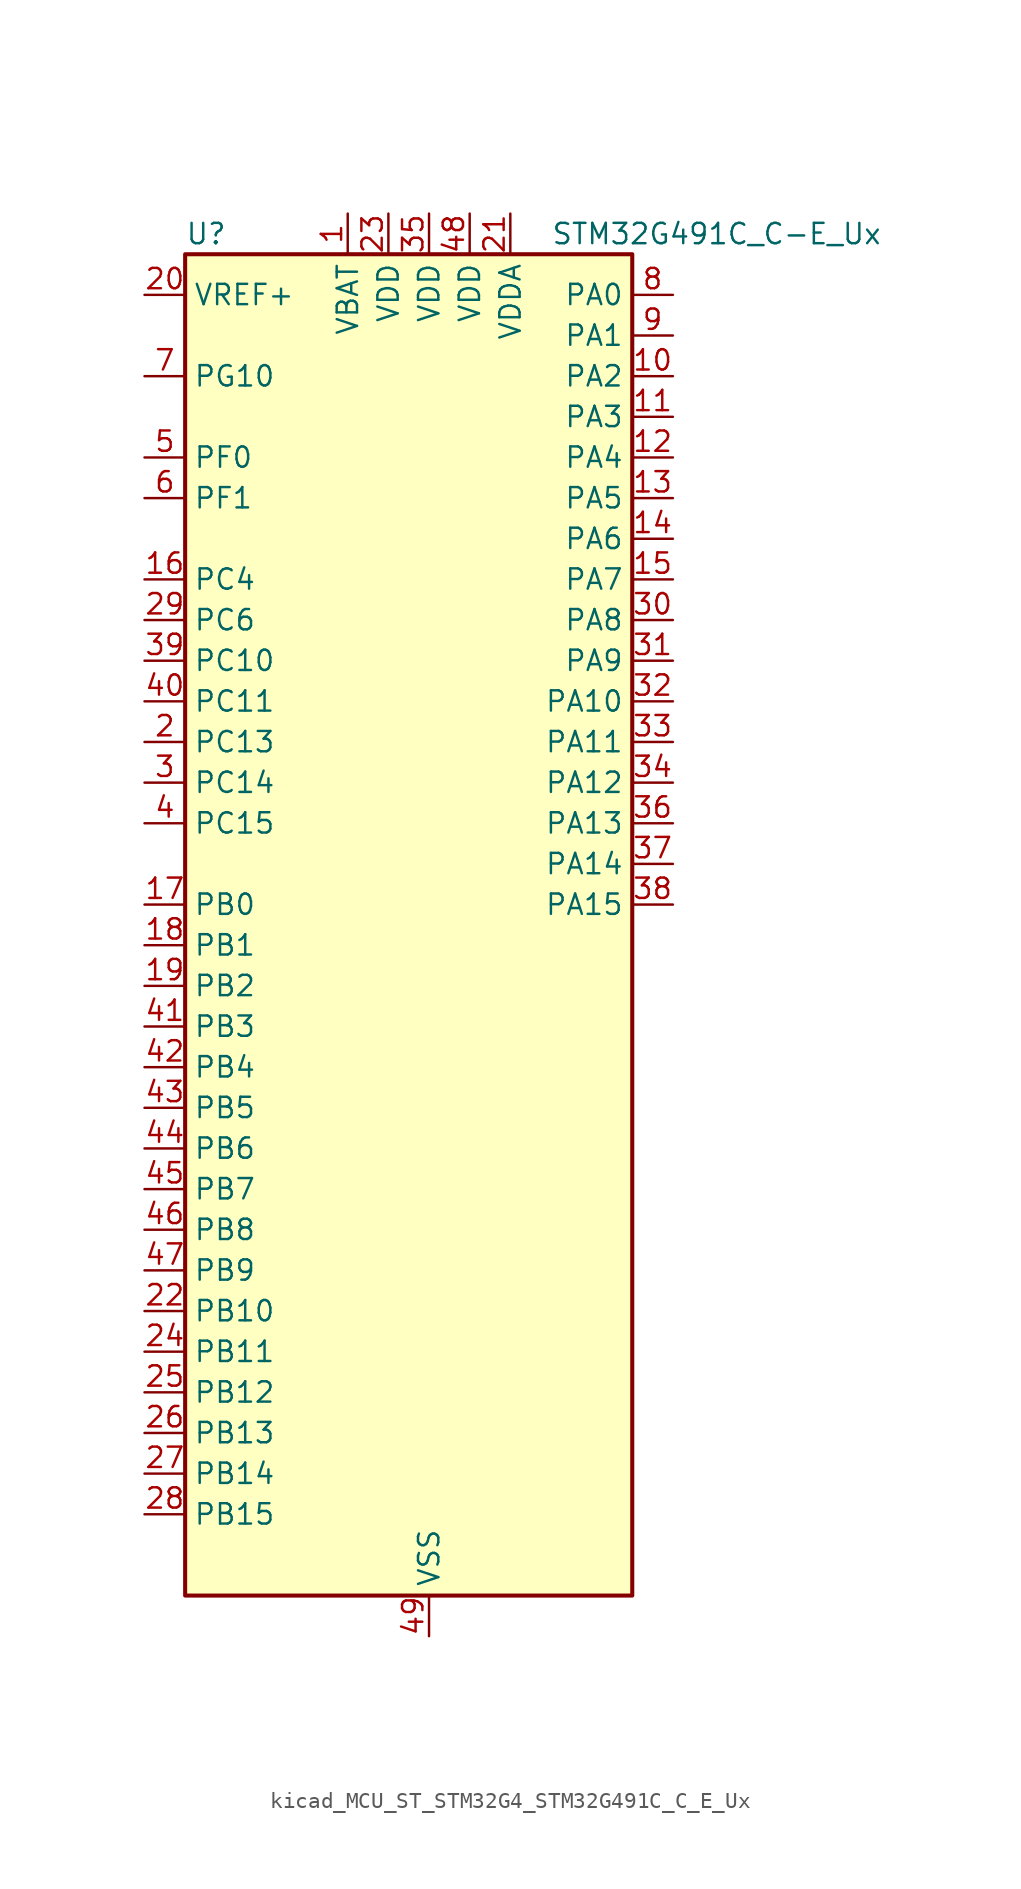
<source format=kicad_sym>
(kicad_symbol_lib
  (version 20220914)
  (generator kicad_symbol_editor)
  (symbol "kicad_MCU_ST_STM32G4_STM32G491C_C_E_Ux"
    (property "Reference" "U"
      (at -12.7 44.45 0)
      (effects (font (size 1.27 1.27)) (justify left)))
    (property "Value" "STM32G491C_C-E_Ux"
      (at 10.16 44.45 0)
      (effects (font (size 1.27 1.27)) (justify left)))
    (property "ki_locked" ""
      (at 0 0 0)
      (effects (font (size 1.27 1.27))))
    (symbol "kicad_MCU_ST_STM32G4_STM32G491C_C_E_Ux_0_1"
      (rectangle (start -12.7 -40.64) (end 15.24 43.18) (stroke (width 0.254) (type default)) (fill (type background))))
    (symbol "kicad_MCU_ST_STM32G4_STM32G491C_C_E_Ux_1_1"
      (pin power_in line (at -2.54 45.72 270) (length 2.54) (name "VBAT" (effects (font (size 1.27 1.27)))) (number "1" (effects (font (size 1.27 1.27)))))
      (pin bidirectional line (at 17.78 35.56 180) (length 2.54) (name "PA2" (effects (font (size 1.27 1.27)))) (number "10" (effects (font (size 1.27 1.27)))) (alternate "ADC1_IN3" bidirectional line) (alternate "ADC3_EXTI2" bidirectional line) (alternate "COMP2_INM" bidirectional line) (alternate "COMP2_OUT" bidirectional line) (alternate "LPUART1_TX" bidirectional line) (alternate "OPAMP1_VOUT" bidirectional line) (alternate "QUADSPI1_BK1_NCS" bidirectional line) (alternate "RCC_LSCO" bidirectional line) (alternate "SYS_WKUP4" bidirectional line) (alternate "TIM15_CH1" bidirectional line) (alternate "TIM2_CH3" bidirectional line) (alternate "UCPD1_FRSTX1" bidirectional line) (alternate "UCPD1_FRSTX2" bidirectional line) (alternate "USART2_TX" bidirectional line))
      (pin bidirectional line (at 17.78 33.02 180) (length 2.54) (name "PA3" (effects (font (size 1.27 1.27)))) (number "11" (effects (font (size 1.27 1.27)))) (alternate "ADC1_IN4" bidirectional line) (alternate "ADC3_EXTI3" bidirectional line) (alternate "COMP2_INP" bidirectional line) (alternate "LPUART1_RX" bidirectional line) (alternate "OPAMP1_VINM" bidirectional line) (alternate "OPAMP1_VINM0" bidirectional line) (alternate "OPAMP1_VINM_SEC" bidirectional line) (alternate "OPAMP1_VINP" bidirectional line) (alternate "OPAMP1_VINP_SEC" bidirectional line) (alternate "QUADSPI1_CLK" bidirectional line) (alternate "SAI1_CK1" bidirectional line) (alternate "SAI1_MCLK_A" bidirectional line) (alternate "TIM15_CH2" bidirectional line) (alternate "TIM2_CH4" bidirectional line) (alternate "USART2_RX" bidirectional line))
      (pin bidirectional line (at 17.78 30.48 180) (length 2.54) (name "PA4" (effects (font (size 1.27 1.27)))) (number "12" (effects (font (size 1.27 1.27)))) (alternate "ADC2_IN17" bidirectional line) (alternate "COMP1_INM" bidirectional line) (alternate "DAC1_OUT1" bidirectional line) (alternate "I2S3_WS" bidirectional line) (alternate "SAI1_FS_B" bidirectional line) (alternate "SPI1_NSS" bidirectional line) (alternate "SPI3_NSS" bidirectional line) (alternate "TIM3_CH2" bidirectional line) (alternate "USART2_CK" bidirectional line))
      (pin bidirectional line (at 17.78 27.94 180) (length 2.54) (name "PA5" (effects (font (size 1.27 1.27)))) (number "13" (effects (font (size 1.27 1.27)))) (alternate "ADC2_IN13" bidirectional line) (alternate "COMP2_INM" bidirectional line) (alternate "DAC1_OUT2" bidirectional line) (alternate "OPAMP2_VINM" bidirectional line) (alternate "OPAMP2_VINM0" bidirectional line) (alternate "OPAMP2_VINM_SEC" bidirectional line) (alternate "SPI1_SCK" bidirectional line) (alternate "TIM2_CH1" bidirectional line) (alternate "TIM2_ETR" bidirectional line) (alternate "UCPD1_FRSTX1" bidirectional line) (alternate "UCPD1_FRSTX2" bidirectional line))
      (pin bidirectional line (at 17.78 25.4 180) (length 2.54) (name "PA6" (effects (font (size 1.27 1.27)))) (number "14" (effects (font (size 1.27 1.27)))) (alternate "ADC2_IN3" bidirectional line) (alternate "COMP1_OUT" bidirectional line) (alternate "LPUART1_CTS" bidirectional line) (alternate "OPAMP2_VOUT" bidirectional line) (alternate "QUADSPI1_BK1_IO3" bidirectional line) (alternate "SPI1_MISO" bidirectional line) (alternate "TIM16_CH1" bidirectional line) (alternate "TIM1_BKIN" bidirectional line) (alternate "TIM3_CH1" bidirectional line) (alternate "TIM8_BKIN" bidirectional line))
      (pin bidirectional line (at 17.78 22.86 180) (length 2.54) (name "PA7" (effects (font (size 1.27 1.27)))) (number "15" (effects (font (size 1.27 1.27)))) (alternate "ADC2_IN4" bidirectional line) (alternate "COMP2_INP" bidirectional line) (alternate "COMP2_OUT" bidirectional line) (alternate "OPAMP1_VINP" bidirectional line) (alternate "OPAMP1_VINP_SEC" bidirectional line) (alternate "OPAMP2_VINP" bidirectional line) (alternate "OPAMP2_VINP_SEC" bidirectional line) (alternate "QUADSPI1_BK1_IO2" bidirectional line) (alternate "SPI1_MOSI" bidirectional line) (alternate "TIM17_CH1" bidirectional line) (alternate "TIM1_CH1N" bidirectional line) (alternate "TIM3_CH2" bidirectional line) (alternate "TIM8_CH1N" bidirectional line) (alternate "UCPD1_FRSTX1" bidirectional line) (alternate "UCPD1_FRSTX2" bidirectional line))
      (pin bidirectional line (at -15.24 22.86 0) (length 2.54) (name "PC4" (effects (font (size 1.27 1.27)))) (number "16" (effects (font (size 1.27 1.27)))) (alternate "ADC2_IN5" bidirectional line) (alternate "I2C2_SCL" bidirectional line) (alternate "QUADSPI1_BK2_IO3" bidirectional line) (alternate "TIM1_ETR" bidirectional line) (alternate "USART1_TX" bidirectional line))
      (pin bidirectional line (at -15.24 2.54 0) (length 2.54) (name "PB0" (effects (font (size 1.27 1.27)))) (number "17" (effects (font (size 1.27 1.27)))) (alternate "ADC1_IN15" bidirectional line) (alternate "ADC3_IN12" bidirectional line) (alternate "COMP4_INP" bidirectional line) (alternate "OPAMP2_VINP" bidirectional line) (alternate "OPAMP2_VINP_SEC" bidirectional line) (alternate "OPAMP3_VINP" bidirectional line) (alternate "OPAMP3_VINP_SEC" bidirectional line) (alternate "QUADSPI1_BK1_IO1" bidirectional line) (alternate "TIM1_CH2N" bidirectional line) (alternate "TIM3_CH3" bidirectional line) (alternate "TIM8_CH2N" bidirectional line) (alternate "UCPD1_FRSTX1" bidirectional line) (alternate "UCPD1_FRSTX2" bidirectional line))
      (pin bidirectional line (at -15.24 0 0) (length 2.54) (name "PB1" (effects (font (size 1.27 1.27)))) (number "18" (effects (font (size 1.27 1.27)))) (alternate "ADC1_IN12" bidirectional line) (alternate "ADC3_IN1" bidirectional line) (alternate "COMP1_INP" bidirectional line) (alternate "COMP4_OUT" bidirectional line) (alternate "LPUART1_DE" bidirectional line) (alternate "LPUART1_RTS" bidirectional line) (alternate "OPAMP3_VOUT" bidirectional line) (alternate "OPAMP6_VINM" bidirectional line) (alternate "OPAMP6_VINM1" bidirectional line) (alternate "OPAMP6_VINM_SEC" bidirectional line) (alternate "QUADSPI1_BK1_IO0" bidirectional line) (alternate "TIM1_CH3N" bidirectional line) (alternate "TIM3_CH4" bidirectional line) (alternate "TIM8_CH3N" bidirectional line))
      (pin bidirectional line (at -15.24 -2.54 0) (length 2.54) (name "PB2" (effects (font (size 1.27 1.27)))) (number "19" (effects (font (size 1.27 1.27)))) (alternate "ADC2_IN12" bidirectional line) (alternate "ADC3_EXTI2" bidirectional line) (alternate "COMP4_INM" bidirectional line) (alternate "I2C3_SMBA" bidirectional line) (alternate "LPTIM1_OUT" bidirectional line) (alternate "OPAMP3_VINM" bidirectional line) (alternate "OPAMP3_VINM0" bidirectional line) (alternate "OPAMP3_VINM_SEC" bidirectional line) (alternate "QUADSPI1_BK2_IO1" bidirectional line) (alternate "RTC_OUT2" bidirectional line) (alternate "TIM20_CH1" bidirectional line))
      (pin bidirectional line (at -15.24 12.7 0) (length 2.54) (name "PC13" (effects (font (size 1.27 1.27)))) (number "2" (effects (font (size 1.27 1.27)))) (alternate "RTC_OUT1" bidirectional line) (alternate "RTC_TAMP1" bidirectional line) (alternate "RTC_TS" bidirectional line) (alternate "SYS_WKUP2" bidirectional line) (alternate "TIM1_BKIN" bidirectional line) (alternate "TIM1_CH1N" bidirectional line) (alternate "TIM8_CH4N" bidirectional line))
      (pin input line (at -15.24 40.64 0) (length 2.54) (name "VREF+" (effects (font (size 1.27 1.27)))) (number "20" (effects (font (size 1.27 1.27)))) (alternate "VREFBUF_OUT" bidirectional line))
      (pin power_in line (at 7.62 45.72 270) (length 2.54) (name "VDDA" (effects (font (size 1.27 1.27)))) (number "21" (effects (font (size 1.27 1.27)))))
      (pin bidirectional line (at -15.24 -22.86 0) (length 2.54) (name "PB10" (effects (font (size 1.27 1.27)))) (number "22" (effects (font (size 1.27 1.27)))) (alternate "DAC1_EXTI10" bidirectional line) (alternate "DAC3_EXTI10" bidirectional line) (alternate "LPUART1_RX" bidirectional line) (alternate "OPAMP3_VINM" bidirectional line) (alternate "OPAMP3_VINM1" bidirectional line) (alternate "OPAMP3_VINM_SEC" bidirectional line) (alternate "QUADSPI1_CLK" bidirectional line) (alternate "SAI1_SCK_A" bidirectional line) (alternate "TIM1_BKIN" bidirectional line) (alternate "TIM2_CH3" bidirectional line) (alternate "USART3_TX" bidirectional line))
      (pin power_in line (at 0 45.72 270) (length 2.54) (name "VDD" (effects (font (size 1.27 1.27)))) (number "23" (effects (font (size 1.27 1.27)))))
      (pin bidirectional line (at -15.24 -25.4 0) (length 2.54) (name "PB11" (effects (font (size 1.27 1.27)))) (number "24" (effects (font (size 1.27 1.27)))) (alternate "ADC1_EXTI11" bidirectional line) (alternate "ADC1_IN14" bidirectional line) (alternate "ADC2_EXTI11" bidirectional line) (alternate "ADC2_IN14" bidirectional line) (alternate "LPUART1_TX" bidirectional line) (alternate "OPAMP6_VOUT" bidirectional line) (alternate "QUADSPI1_BK1_NCS" bidirectional line) (alternate "TIM2_CH4" bidirectional line) (alternate "USART3_RX" bidirectional line))
      (pin bidirectional line (at -15.24 -27.94 0) (length 2.54) (name "PB12" (effects (font (size 1.27 1.27)))) (number "25" (effects (font (size 1.27 1.27)))) (alternate "ADC1_IN11" bidirectional line) (alternate "FDCAN2_RX" bidirectional line) (alternate "I2C2_SMBA" bidirectional line) (alternate "I2S2_WS" bidirectional line) (alternate "LPUART1_DE" bidirectional line) (alternate "LPUART1_RTS" bidirectional line) (alternate "OPAMP6_VINP" bidirectional line) (alternate "OPAMP6_VINP_SEC" bidirectional line) (alternate "SPI2_NSS" bidirectional line) (alternate "TIM1_BKIN" bidirectional line) (alternate "USART3_CK" bidirectional line))
      (pin bidirectional line (at -15.24 -30.48 0) (length 2.54) (name "PB13" (effects (font (size 1.27 1.27)))) (number "26" (effects (font (size 1.27 1.27)))) (alternate "ADC3_IN5" bidirectional line) (alternate "FDCAN2_TX" bidirectional line) (alternate "I2S2_CK" bidirectional line) (alternate "LPUART1_CTS" bidirectional line) (alternate "OPAMP3_VINP" bidirectional line) (alternate "OPAMP3_VINP_SEC" bidirectional line) (alternate "OPAMP6_VINP" bidirectional line) (alternate "OPAMP6_VINP_SEC" bidirectional line) (alternate "SPI2_SCK" bidirectional line) (alternate "TIM1_CH1N" bidirectional line) (alternate "USART3_CTS" bidirectional line) (alternate "USART3_NSS" bidirectional line))
      (pin bidirectional line (at -15.24 -33.02 0) (length 2.54) (name "PB14" (effects (font (size 1.27 1.27)))) (number "27" (effects (font (size 1.27 1.27)))) (alternate "ADC1_IN5" bidirectional line) (alternate "COMP4_OUT" bidirectional line) (alternate "OPAMP2_VINP" bidirectional line) (alternate "OPAMP2_VINP_SEC" bidirectional line) (alternate "SPI2_MISO" bidirectional line) (alternate "TIM15_CH1" bidirectional line) (alternate "TIM1_CH2N" bidirectional line) (alternate "USART3_DE" bidirectional line) (alternate "USART3_RTS" bidirectional line))
      (pin bidirectional line (at -15.24 -35.56 0) (length 2.54) (name "PB15" (effects (font (size 1.27 1.27)))) (number "28" (effects (font (size 1.27 1.27)))) (alternate "ADC1_EXTI15" bidirectional line) (alternate "ADC2_EXTI15" bidirectional line) (alternate "ADC2_IN15" bidirectional line) (alternate "COMP3_OUT" bidirectional line) (alternate "I2S2_SD" bidirectional line) (alternate "RTC_REFIN" bidirectional line) (alternate "SPI2_MOSI" bidirectional line) (alternate "TIM15_CH1N" bidirectional line) (alternate "TIM15_CH2" bidirectional line) (alternate "TIM1_CH3N" bidirectional line))
      (pin bidirectional line (at -15.24 20.32 0) (length 2.54) (name "PC6" (effects (font (size 1.27 1.27)))) (number "29" (effects (font (size 1.27 1.27)))) (alternate "I2S2_MCK" bidirectional line) (alternate "TIM3_CH1" bidirectional line) (alternate "TIM8_CH1" bidirectional line))
      (pin bidirectional line (at -15.24 10.16 0) (length 2.54) (name "PC14" (effects (font (size 1.27 1.27)))) (number "3" (effects (font (size 1.27 1.27)))) (alternate "RCC_OSC32_IN" bidirectional line))
      (pin bidirectional line (at 17.78 20.32 180) (length 2.54) (name "PA8" (effects (font (size 1.27 1.27)))) (number "30" (effects (font (size 1.27 1.27)))) (alternate "I2C2_SDA" bidirectional line) (alternate "I2C3_SCL" bidirectional line) (alternate "I2S2_MCK" bidirectional line) (alternate "RCC_MCO" bidirectional line) (alternate "SAI1_CK2" bidirectional line) (alternate "SAI1_SCK_A" bidirectional line) (alternate "TIM1_CH1" bidirectional line) (alternate "TIM4_ETR" bidirectional line) (alternate "USART1_CK" bidirectional line))
      (pin bidirectional line (at 17.78 17.78 180) (length 2.54) (name "PA9" (effects (font (size 1.27 1.27)))) (number "31" (effects (font (size 1.27 1.27)))) (alternate "DAC1_EXTI9" bidirectional line) (alternate "DAC3_EXTI9" bidirectional line) (alternate "I2C2_SCL" bidirectional line) (alternate "I2C3_SMBA" bidirectional line) (alternate "I2S3_MCK" bidirectional line) (alternate "SAI1_FS_A" bidirectional line) (alternate "TIM15_BKIN" bidirectional line) (alternate "TIM1_CH2" bidirectional line) (alternate "TIM2_CH3" bidirectional line) (alternate "UCPD1_DBCC1" bidirectional line) (alternate "USART1_TX" bidirectional line))
      (pin bidirectional line (at 17.78 15.24 180) (length 2.54) (name "PA10" (effects (font (size 1.27 1.27)))) (number "32" (effects (font (size 1.27 1.27)))) (alternate "CRS_SYNC" bidirectional line) (alternate "DAC1_EXTI10" bidirectional line) (alternate "DAC3_EXTI10" bidirectional line) (alternate "I2C2_SMBA" bidirectional line) (alternate "SAI1_D1" bidirectional line) (alternate "SAI1_SD_A" bidirectional line) (alternate "SPI2_MISO" bidirectional line) (alternate "TIM17_BKIN" bidirectional line) (alternate "TIM1_CH3" bidirectional line) (alternate "TIM2_CH4" bidirectional line) (alternate "TIM8_BKIN" bidirectional line) (alternate "UCPD1_DBCC2" bidirectional line) (alternate "USART1_RX" bidirectional line))
      (pin bidirectional line (at 17.78 12.7 180) (length 2.54) (name "PA11" (effects (font (size 1.27 1.27)))) (number "33" (effects (font (size 1.27 1.27)))) (alternate "ADC1_EXTI11" bidirectional line) (alternate "ADC2_EXTI11" bidirectional line) (alternate "COMP1_OUT" bidirectional line) (alternate "FDCAN1_RX" bidirectional line) (alternate "I2S2_SD" bidirectional line) (alternate "SPI2_MOSI" bidirectional line) (alternate "TIM1_BKIN2" bidirectional line) (alternate "TIM1_CH1N" bidirectional line) (alternate "TIM1_CH4" bidirectional line) (alternate "TIM4_CH1" bidirectional line) (alternate "USART1_CTS" bidirectional line) (alternate "USART1_NSS" bidirectional line) (alternate "USB_DM" bidirectional line))
      (pin bidirectional line (at 17.78 10.16 180) (length 2.54) (name "PA12" (effects (font (size 1.27 1.27)))) (number "34" (effects (font (size 1.27 1.27)))) (alternate "COMP2_OUT" bidirectional line) (alternate "FDCAN1_TX" bidirectional line) (alternate "I2S_CKIN" bidirectional line) (alternate "TIM16_CH1" bidirectional line) (alternate "TIM1_CH2N" bidirectional line) (alternate "TIM1_ETR" bidirectional line) (alternate "TIM4_CH2" bidirectional line) (alternate "USART1_DE" bidirectional line) (alternate "USART1_RTS" bidirectional line) (alternate "USB_DP" bidirectional line))
      (pin power_in line (at 2.54 45.72 270) (length 2.54) (name "VDD" (effects (font (size 1.27 1.27)))) (number "35" (effects (font (size 1.27 1.27)))))
      (pin bidirectional line (at 17.78 7.62 180) (length 2.54) (name "PA13" (effects (font (size 1.27 1.27)))) (number "36" (effects (font (size 1.27 1.27)))) (alternate "I2C1_SCL" bidirectional line) (alternate "IR_OUT" bidirectional line) (alternate "SAI1_SD_B" bidirectional line) (alternate "SYS_JTMS-SWDIO" bidirectional line) (alternate "TIM16_CH1N" bidirectional line) (alternate "TIM4_CH3" bidirectional line) (alternate "USART3_CTS" bidirectional line) (alternate "USART3_NSS" bidirectional line))
      (pin bidirectional line (at 17.78 5.08 180) (length 2.54) (name "PA14" (effects (font (size 1.27 1.27)))) (number "37" (effects (font (size 1.27 1.27)))) (alternate "I2C1_SDA" bidirectional line) (alternate "LPTIM1_OUT" bidirectional line) (alternate "SAI1_FS_B" bidirectional line) (alternate "SYS_JTCK-SWCLK" bidirectional line) (alternate "TIM1_BKIN" bidirectional line) (alternate "TIM8_CH2" bidirectional line) (alternate "USART2_TX" bidirectional line))
      (pin bidirectional line (at 17.78 2.54 180) (length 2.54) (name "PA15" (effects (font (size 1.27 1.27)))) (number "38" (effects (font (size 1.27 1.27)))) (alternate "ADC1_EXTI15" bidirectional line) (alternate "ADC2_EXTI15" bidirectional line) (alternate "I2C1_SCL" bidirectional line) (alternate "I2S3_WS" bidirectional line) (alternate "SPI1_NSS" bidirectional line) (alternate "SPI3_NSS" bidirectional line) (alternate "SYS_JTDI" bidirectional line) (alternate "TIM1_BKIN" bidirectional line) (alternate "TIM20_ETR" bidirectional line) (alternate "TIM2_CH1" bidirectional line) (alternate "TIM2_ETR" bidirectional line) (alternate "TIM8_CH1" bidirectional line) (alternate "USART2_RX" bidirectional line))
      (pin bidirectional line (at -15.24 17.78 0) (length 2.54) (name "PC10" (effects (font (size 1.27 1.27)))) (number "39" (effects (font (size 1.27 1.27)))) (alternate "DAC1_EXTI10" bidirectional line) (alternate "DAC3_EXTI10" bidirectional line) (alternate "I2S3_CK" bidirectional line) (alternate "SPI3_SCK" bidirectional line) (alternate "TIM8_CH1N" bidirectional line) (alternate "USART3_TX" bidirectional line))
      (pin bidirectional line (at -15.24 7.62 0) (length 2.54) (name "PC15" (effects (font (size 1.27 1.27)))) (number "4" (effects (font (size 1.27 1.27)))) (alternate "ADC1_EXTI15" bidirectional line) (alternate "ADC2_EXTI15" bidirectional line) (alternate "RCC_OSC32_OUT" bidirectional line))
      (pin bidirectional line (at -15.24 15.24 0) (length 2.54) (name "PC11" (effects (font (size 1.27 1.27)))) (number "40" (effects (font (size 1.27 1.27)))) (alternate "ADC1_EXTI11" bidirectional line) (alternate "ADC2_EXTI11" bidirectional line) (alternate "I2C3_SDA" bidirectional line) (alternate "SPI3_MISO" bidirectional line) (alternate "TIM8_CH2N" bidirectional line) (alternate "USART3_RX" bidirectional line))
      (pin bidirectional line (at -15.24 -5.08 0) (length 2.54) (name "PB3" (effects (font (size 1.27 1.27)))) (number "41" (effects (font (size 1.27 1.27)))) (alternate "ADC3_EXTI3" bidirectional line) (alternate "CRS_SYNC" bidirectional line) (alternate "I2S3_CK" bidirectional line) (alternate "SAI1_SCK_B" bidirectional line) (alternate "SPI1_SCK" bidirectional line) (alternate "SPI3_SCK" bidirectional line) (alternate "SYS_JTDO-SWO" bidirectional line) (alternate "TIM2_CH2" bidirectional line) (alternate "TIM3_ETR" bidirectional line) (alternate "TIM4_ETR" bidirectional line) (alternate "TIM8_CH1N" bidirectional line) (alternate "USART2_TX" bidirectional line))
      (pin bidirectional line (at -15.24 -7.62 0) (length 2.54) (name "PB4" (effects (font (size 1.27 1.27)))) (number "42" (effects (font (size 1.27 1.27)))) (alternate "SAI1_MCLK_B" bidirectional line) (alternate "SPI1_MISO" bidirectional line) (alternate "SPI3_MISO" bidirectional line) (alternate "SYS_JTRST" bidirectional line) (alternate "TIM16_CH1" bidirectional line) (alternate "TIM17_BKIN" bidirectional line) (alternate "TIM3_CH1" bidirectional line) (alternate "TIM8_CH2N" bidirectional line) (alternate "UCPD1_CC2" bidirectional line) (alternate "USART2_RX" bidirectional line))
      (pin bidirectional line (at -15.24 -10.16 0) (length 2.54) (name "PB5" (effects (font (size 1.27 1.27)))) (number "43" (effects (font (size 1.27 1.27)))) (alternate "FDCAN2_RX" bidirectional line) (alternate "I2C1_SMBA" bidirectional line) (alternate "I2C3_SDA" bidirectional line) (alternate "I2S3_SD" bidirectional line) (alternate "LPTIM1_IN1" bidirectional line) (alternate "SAI1_SD_B" bidirectional line) (alternate "SPI1_MOSI" bidirectional line) (alternate "SPI3_MOSI" bidirectional line) (alternate "TIM16_BKIN" bidirectional line) (alternate "TIM17_CH1" bidirectional line) (alternate "TIM3_CH2" bidirectional line) (alternate "TIM8_CH3N" bidirectional line) (alternate "USART2_CK" bidirectional line))
      (pin bidirectional line (at -15.24 -12.7 0) (length 2.54) (name "PB6" (effects (font (size 1.27 1.27)))) (number "44" (effects (font (size 1.27 1.27)))) (alternate "COMP4_OUT" bidirectional line) (alternate "FDCAN2_TX" bidirectional line) (alternate "LPTIM1_ETR" bidirectional line) (alternate "SAI1_FS_B" bidirectional line) (alternate "TIM16_CH1N" bidirectional line) (alternate "TIM4_CH1" bidirectional line) (alternate "TIM8_BKIN2" bidirectional line) (alternate "TIM8_CH1" bidirectional line) (alternate "TIM8_ETR" bidirectional line) (alternate "UCPD1_CC1" bidirectional line) (alternate "USART1_TX" bidirectional line))
      (pin bidirectional line (at -15.24 -15.24 0) (length 2.54) (name "PB7" (effects (font (size 1.27 1.27)))) (number "45" (effects (font (size 1.27 1.27)))) (alternate "COMP3_OUT" bidirectional line) (alternate "I2C1_SDA" bidirectional line) (alternate "LPTIM1_IN2" bidirectional line) (alternate "SYS_PVD_IN" bidirectional line) (alternate "TIM17_CH1N" bidirectional line) (alternate "TIM3_CH4" bidirectional line) (alternate "TIM4_CH2" bidirectional line) (alternate "TIM8_BKIN" bidirectional line) (alternate "USART1_RX" bidirectional line))
      (pin bidirectional line (at -15.24 -17.78 0) (length 2.54) (name "PB8" (effects (font (size 1.27 1.27)))) (number "46" (effects (font (size 1.27 1.27)))) (alternate "COMP1_OUT" bidirectional line) (alternate "FDCAN1_RX" bidirectional line) (alternate "I2C1_SCL" bidirectional line) (alternate "SAI1_CK1" bidirectional line) (alternate "SAI1_MCLK_A" bidirectional line) (alternate "TIM16_CH1" bidirectional line) (alternate "TIM1_BKIN" bidirectional line) (alternate "TIM4_CH3" bidirectional line) (alternate "TIM8_CH2" bidirectional line) (alternate "USART3_RX" bidirectional line))
      (pin bidirectional line (at -15.24 -20.32 0) (length 2.54) (name "PB9" (effects (font (size 1.27 1.27)))) (number "47" (effects (font (size 1.27 1.27)))) (alternate "COMP2_OUT" bidirectional line) (alternate "DAC1_EXTI9" bidirectional line) (alternate "DAC3_EXTI9" bidirectional line) (alternate "FDCAN1_TX" bidirectional line) (alternate "I2C1_SDA" bidirectional line) (alternate "IR_OUT" bidirectional line) (alternate "SAI1_D2" bidirectional line) (alternate "SAI1_FS_A" bidirectional line) (alternate "TIM17_CH1" bidirectional line) (alternate "TIM1_CH3N" bidirectional line) (alternate "TIM4_CH4" bidirectional line) (alternate "TIM8_CH3" bidirectional line) (alternate "USART3_TX" bidirectional line))
      (pin power_in line (at 5.08 45.72 270) (length 2.54) (name "VDD" (effects (font (size 1.27 1.27)))) (number "48" (effects (font (size 1.27 1.27)))))
      (pin power_in line (at 2.54 -43.18 90) (length 2.54) (name "VSS" (effects (font (size 1.27 1.27)))) (number "49" (effects (font (size 1.27 1.27)))))
      (pin bidirectional line (at -15.24 30.48 0) (length 2.54) (name "PF0" (effects (font (size 1.27 1.27)))) (number "5" (effects (font (size 1.27 1.27)))) (alternate "ADC1_IN10" bidirectional line) (alternate "I2C2_SDA" bidirectional line) (alternate "I2S2_WS" bidirectional line) (alternate "RCC_OSC_IN" bidirectional line) (alternate "SPI2_NSS" bidirectional line) (alternate "TIM1_CH3N" bidirectional line))
      (pin bidirectional line (at -15.24 27.94 0) (length 2.54) (name "PF1" (effects (font (size 1.27 1.27)))) (number "6" (effects (font (size 1.27 1.27)))) (alternate "ADC2_IN10" bidirectional line) (alternate "COMP3_INM" bidirectional line) (alternate "I2S2_CK" bidirectional line) (alternate "RCC_OSC_OUT" bidirectional line) (alternate "SPI2_SCK" bidirectional line))
      (pin bidirectional line (at -15.24 35.56 0) (length 2.54) (name "PG10" (effects (font (size 1.27 1.27)))) (number "7" (effects (font (size 1.27 1.27)))) (alternate "DAC1_EXTI10" bidirectional line) (alternate "DAC3_EXTI10" bidirectional line) (alternate "RCC_MCO" bidirectional line))
      (pin bidirectional line (at 17.78 40.64 180) (length 2.54) (name "PA0" (effects (font (size 1.27 1.27)))) (number "8" (effects (font (size 1.27 1.27)))) (alternate "ADC1_IN1" bidirectional line) (alternate "ADC2_IN1" bidirectional line) (alternate "COMP1_INM" bidirectional line) (alternate "COMP1_OUT" bidirectional line) (alternate "COMP3_INP" bidirectional line) (alternate "RTC_TAMP2" bidirectional line) (alternate "SYS_WKUP1" bidirectional line) (alternate "TIM2_CH1" bidirectional line) (alternate "TIM2_ETR" bidirectional line) (alternate "TIM8_BKIN" bidirectional line) (alternate "TIM8_ETR" bidirectional line) (alternate "USART2_CTS" bidirectional line) (alternate "USART2_NSS" bidirectional line))
      (pin bidirectional line (at 17.78 38.1 180) (length 2.54) (name "PA1" (effects (font (size 1.27 1.27)))) (number "9" (effects (font (size 1.27 1.27)))) (alternate "ADC1_IN2" bidirectional line) (alternate "ADC2_IN2" bidirectional line) (alternate "COMP1_INP" bidirectional line) (alternate "OPAMP1_VINP" bidirectional line) (alternate "OPAMP1_VINP_SEC" bidirectional line) (alternate "OPAMP3_VINP" bidirectional line) (alternate "OPAMP3_VINP_SEC" bidirectional line) (alternate "OPAMP6_VINM" bidirectional line) (alternate "OPAMP6_VINM0" bidirectional line) (alternate "OPAMP6_VINM_SEC" bidirectional line) (alternate "RTC_REFIN" bidirectional line) (alternate "TIM15_CH1N" bidirectional line) (alternate "TIM2_CH2" bidirectional line) (alternate "USART2_DE" bidirectional line) (alternate "USART2_RTS" bidirectional line)))))
</source>
